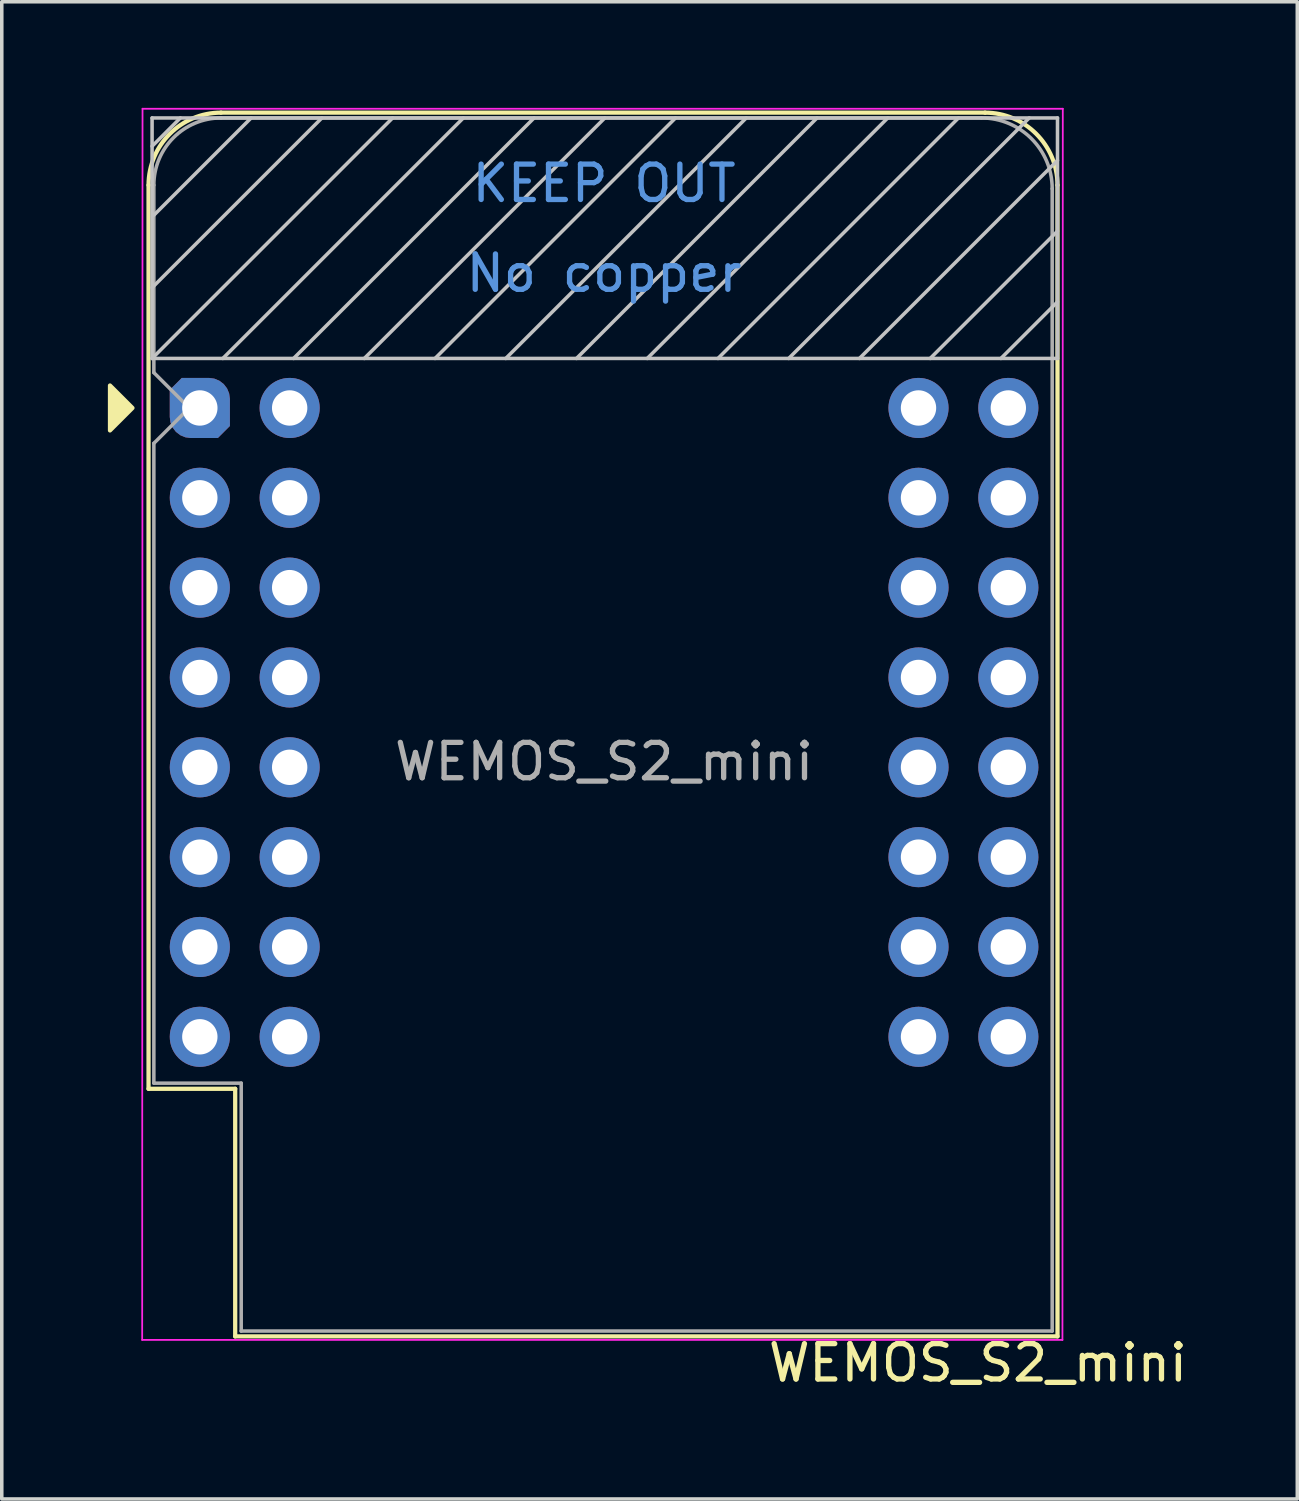
<source format=kicad_pcb>
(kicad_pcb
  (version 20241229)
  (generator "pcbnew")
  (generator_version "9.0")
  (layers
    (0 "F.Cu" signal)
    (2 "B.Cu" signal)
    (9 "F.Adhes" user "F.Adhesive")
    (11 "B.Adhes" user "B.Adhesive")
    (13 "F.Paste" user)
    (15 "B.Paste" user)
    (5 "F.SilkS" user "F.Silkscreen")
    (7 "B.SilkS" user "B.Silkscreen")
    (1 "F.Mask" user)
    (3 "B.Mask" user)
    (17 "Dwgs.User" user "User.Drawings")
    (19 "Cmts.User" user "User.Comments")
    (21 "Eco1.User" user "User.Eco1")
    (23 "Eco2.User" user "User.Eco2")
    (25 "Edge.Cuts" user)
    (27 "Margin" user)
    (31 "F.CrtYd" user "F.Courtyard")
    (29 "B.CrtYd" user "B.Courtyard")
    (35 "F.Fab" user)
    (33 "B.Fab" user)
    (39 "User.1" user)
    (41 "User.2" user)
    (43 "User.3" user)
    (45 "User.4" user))
  (footprint "WEMOS_S2_mini"
    (layer "F.Cu")
    (at 2.6 8.485)
    (property "Reference" "WEMOS_S2_mini" (at 22 27 0) (layer "F.SilkS") (effects (font (size 1 1) (thickness 0.15))))
    (attr through_hole)
    (fp_line (start -1.45 19.25) (end -1.45 -6.3) (stroke (width 0.12) (type solid)) (layer "F.SilkS"))
    (fp_line (start -1.45 19.25) (end 1 19.25) (stroke (width 0.12) (type solid)) (layer "F.SilkS"))
    (fp_line (start 1 19.25) (end 1 26.25) (stroke (width 0.12) (type solid)) (layer "F.SilkS"))
    (fp_line (start 1 26.25) (end 24.25 26.25) (stroke (width 0.12) (type solid)) (layer "F.SilkS"))
    (fp_line (start 22.2 -8.35) (end 0.6 -8.35) (stroke (width 0.12) (type solid)) (layer "F.SilkS"))
    (fp_line (start 24.25 26.25) (end 24.25 -6.3) (stroke (width 0.12) (type solid)) (layer "F.SilkS"))
    (fp_arc (start -1.45 -6.3) (mid -0.849569 -7.749569) (end 0.6 -8.35) (stroke (width 0.12) (type solid)) (layer "F.SilkS"))
    (fp_arc (start 22.2 -8.35) (mid 23.649569 -7.749569) (end 24.25 -6.3) (stroke (width 0.12) (type solid)) (layer "F.SilkS"))
    (fp_poly (pts (xy -2.54 -0.635) (xy -2.54 0.635) (xy -1.905 0)) (stroke (width 0.12) (type solid)) (fill yes) (layer "F.SilkS"))
    (fp_line (start -1.35 -8.2) (end -1.35 -1.4) (stroke (width 0.1) (type solid)) (layer "Dwgs.User"))
    (fp_line (start -1.35 -7.4) (end -0.55 -8.2) (stroke (width 0.1) (type solid)) (layer "Dwgs.User"))
    (fp_line (start -1.35 -3.4) (end 3.45 -8.2) (stroke (width 0.1) (type solid)) (layer "Dwgs.User"))
    (fp_line (start -1.35 -1.4) (end 5.45 -8.2) (stroke (width 0.1) (type solid)) (layer "Dwgs.User"))
    (fp_line (start -1.35 -1.4) (end 24.25 -1.4) (stroke (width 0.1) (type solid)) (layer "Dwgs.User"))
    (fp_line (start -1.3 -5.45) (end 1.45 -8.2) (stroke (width 0.1) (type solid)) (layer "Dwgs.User"))
    (fp_line (start 0.65 -1.4) (end 7.45 -8.2) (stroke (width 0.1) (type solid)) (layer "Dwgs.User"))
    (fp_line (start 2.65 -1.4) (end 9.45 -8.2) (stroke (width 0.1) (type solid)) (layer "Dwgs.User"))
    (fp_line (start 4.65 -1.4) (end 11.45 -8.2) (stroke (width 0.1) (type solid)) (layer "Dwgs.User"))
    (fp_line (start 6.65 -1.4) (end 13.45 -8.2) (stroke (width 0.1) (type solid)) (layer "Dwgs.User"))
    (fp_line (start 8.65 -1.4) (end 15.45 -8.2) (stroke (width 0.1) (type solid)) (layer "Dwgs.User"))
    (fp_line (start 10.65 -1.4) (end 17.45 -8.2) (stroke (width 0.1) (type solid)) (layer "Dwgs.User"))
    (fp_line (start 12.65 -1.4) (end 19.45 -8.2) (stroke (width 0.1) (type solid)) (layer "Dwgs.User"))
    (fp_line (start 14.65 -1.4) (end 21.45 -8.2) (stroke (width 0.1) (type solid)) (layer "Dwgs.User"))
    (fp_line (start 16.65 -1.4) (end 23.45 -8.2) (stroke (width 0.1) (type solid)) (layer "Dwgs.User"))
    (fp_line (start 18.65 -1.4) (end 24.25 -7) (stroke (width 0.1) (type solid)) (layer "Dwgs.User"))
    (fp_line (start 20.65 -1.4) (end 24.25 -5) (stroke (width 0.1) (type solid)) (layer "Dwgs.User"))
    (fp_line (start 22.65 -1.4) (end 24.25 -3) (stroke (width 0.1) (type solid)) (layer "Dwgs.User"))
    (fp_line (start 24.25 -8.2) (end -1.35 -8.2) (stroke (width 0.1) (type solid)) (layer "Dwgs.User"))
    (fp_line (start 24.25 -1.4) (end 24.25 -8.2) (stroke (width 0.1) (type solid)) (layer "Dwgs.User"))
    (fp_line (start -1.63 26.35) (end -1.62 -8.46) (stroke (width 0.05) (type solid)) (layer "F.CrtYd"))
    (fp_line (start -1.62 -8.46) (end 24.4 -8.46) (stroke (width 0.05) (type solid)) (layer "F.CrtYd"))
    (fp_line (start 24.39 26.35) (end -1.63 26.35) (stroke (width 0.05) (type solid)) (layer "F.CrtYd"))
    (fp_line (start 24.4 -8.46) (end 24.39 26.35) (stroke (width 0.05) (type solid)) (layer "F.CrtYd"))
    (fp_line (start -1.3 -6.3) (end -1.3 -1) (stroke (width 0.1) (type solid)) (layer "F.Fab"))
    (fp_line (start -1.3 1) (end -1.3 19.09) (stroke (width 0.1) (type solid)) (layer "F.Fab"))
    (fp_line (start -1.3 1) (end -0.3 0) (stroke (width 0.1) (type solid)) (layer "F.Fab"))
    (fp_line (start -1.3 19.09) (end 1.17 19.09) (stroke (width 0.1) (type solid)) (layer "F.Fab"))
    (fp_line (start -0.3 0) (end -1.3 -1) (stroke (width 0.1) (type solid)) (layer "F.Fab"))
    (fp_line (start 1.17 19.09) (end 1.17 26.1) (stroke (width 0.1) (type solid)) (layer "F.Fab"))
    (fp_line (start 1.17 26.1) (end 24.1 26.1) (stroke (width 0.1) (type solid)) (layer "F.Fab"))
    (fp_line (start 22.1 -8.2) (end 0.6 -8.2) (stroke (width 0.1) (type solid)) (layer "F.Fab"))
    (fp_line (start 24.1 26.1) (end 24.1 -6.2) (stroke (width 0.1) (type solid)) (layer "F.Fab"))
    (fp_arc (start -1.3 -6.3) (mid -0.743503 -7.643503) (end 0.6 -8.2) (stroke (width 0.1) (type solid)) (layer "F.Fab"))
    (fp_arc (start 22.1 -8.2) (mid 23.514214 -7.614214) (end 24.1 -6.2) (stroke (width 0.1) (type solid)) (layer "F.Fab"))
    (fp_text user "No copper" (at 11.43 -3.81 0) (layer "Cmts.User") (effects (font (size 1 1) (thickness 0.15))))
    (fp_text user "KEEP OUT" (at 11.43 -6.35 0) (layer "Cmts.User") (effects (font (size 1 1) (thickness 0.15))))
    (fp_text user "${REFERENCE}" (at 11.43 10 0) (layer "F.Fab") (effects (font (size 1 1) (thickness 0.15))))
    (pad "1" thru_hole roundrect (at 0 0) (size 1.7 1.7) (drill 1) (layers "*.Cu" "*.Mask") (roundrect_rratio 0.35) (chamfer_ratio 0.2) (chamfer top_left bottom_right))
    (pad "2" thru_hole circle (at 0 2.54) (size 1.7 1.7) (drill 1) (layers "*.Cu" "*.Mask"))
    (pad "3" thru_hole circle (at 0 5.08) (size 1.7 1.7) (drill 1) (layers "*.Cu" "*.Mask"))
    (pad "4" thru_hole circle (at 0 7.62) (size 1.7 1.7) (drill 1) (layers "*.Cu" "*.Mask"))
    (pad "5" thru_hole circle (at 0 10.16) (size 1.7 1.7) (drill 1) (layers "*.Cu" "*.Mask"))
    (pad "6" thru_hole circle (at 0 12.7) (size 1.7 1.7) (drill 1) (layers "*.Cu" "*.Mask"))
    (pad "7" thru_hole circle (at 0 15.24) (size 1.7 1.7) (drill 1) (layers "*.Cu" "*.Mask"))
    (pad "8" thru_hole circle (at 0 17.78) (size 1.7 1.7) (drill 1) (layers "*.Cu" "*.Mask"))
    (pad "9" thru_hole circle (at 22.86 17.78) (size 1.7 1.7) (drill 1) (layers "*.Cu" "*.Mask"))
    (pad "10" thru_hole circle (at 22.86 15.24) (size 1.7 1.7) (drill 1) (layers "*.Cu" "*.Mask"))
    (pad "11" thru_hole circle (at 22.86 12.7) (size 1.7 1.7) (drill 1) (layers "*.Cu" "*.Mask"))
    (pad "12" thru_hole circle (at 22.86 10.16) (size 1.7 1.7) (drill 1) (layers "*.Cu" "*.Mask"))
    (pad "13" thru_hole circle (at 22.86 7.62) (size 1.7 1.7) (drill 1) (layers "*.Cu" "*.Mask"))
    (pad "14" thru_hole circle (at 22.86 5.08) (size 1.7 1.7) (drill 1) (layers "*.Cu" "*.Mask"))
    (pad "15" thru_hole circle (at 22.86 2.54) (size 1.7 1.7) (drill 1) (layers "*.Cu" "*.Mask"))
    (pad "16" thru_hole circle (at 22.86 0) (size 1.7 1.7) (drill 1) (layers "*.Cu" "*.Mask"))
    (pad "17" thru_hole circle (at 2.54 0) (size 1.7 1.7) (drill 1) (layers "*.Cu" "*.Mask"))
    (pad "18" thru_hole circle (at 2.54 2.54) (size 1.7 1.7) (drill 1) (layers "*.Cu" "*.Mask"))
    (pad "19" thru_hole circle (at 2.54 5.08) (size 1.7 1.7) (drill 1) (layers "*.Cu" "*.Mask"))
    (pad "20" thru_hole circle (at 2.54 7.62) (size 1.7 1.7) (drill 1) (layers "*.Cu" "*.Mask"))
    (pad "21" thru_hole circle (at 2.54 10.16) (size 1.7 1.7) (drill 1) (layers "*.Cu" "*.Mask"))
    (pad "22" thru_hole circle (at 2.54 12.7) (size 1.7 1.7) (drill 1) (layers "*.Cu" "*.Mask"))
    (pad "23" thru_hole circle (at 2.54 15.24) (size 1.7 1.7) (drill 1) (layers "*.Cu" "*.Mask"))
    (pad "24" thru_hole circle (at 2.54 17.78) (size 1.7 1.7) (drill 1) (layers "*.Cu" "*.Mask"))
    (pad "25" thru_hole circle (at 20.32 17.78) (size 1.7 1.7) (drill 1) (layers "*.Cu" "*.Mask"))
    (pad "26" thru_hole circle (at 20.32 15.24) (size 1.7 1.7) (drill 1) (layers "*.Cu" "*.Mask"))
    (pad "27" thru_hole circle (at 20.32 12.7) (size 1.7 1.7) (drill 1) (layers "*.Cu" "*.Mask"))
    (pad "28" thru_hole circle (at 20.32 10.16) (size 1.7 1.7) (drill 1) (layers "*.Cu" "*.Mask"))
    (pad "29" thru_hole circle (at 20.32 7.62) (size 1.7 1.7) (drill 1) (layers "*.Cu" "*.Mask"))
    (pad "30" thru_hole circle (at 20.32 5.08) (size 1.7 1.7) (drill 1) (layers "*.Cu" "*.Mask"))
    (pad "31" thru_hole circle (at 20.32 2.54) (size 1.7 1.7) (drill 1) (layers "*.Cu" "*.Mask"))
    (pad "32" thru_hole circle (at 20.32 0) (size 1.7 1.7) (drill 1) (layers "*.Cu" "*.Mask")))
  (gr_rect
    (start -3 -3)
    (end 33.63 39.333)
    (stroke (width 0.1) (type default))
    (fill no)
    (layer "Edge.Cuts")))
</source>
